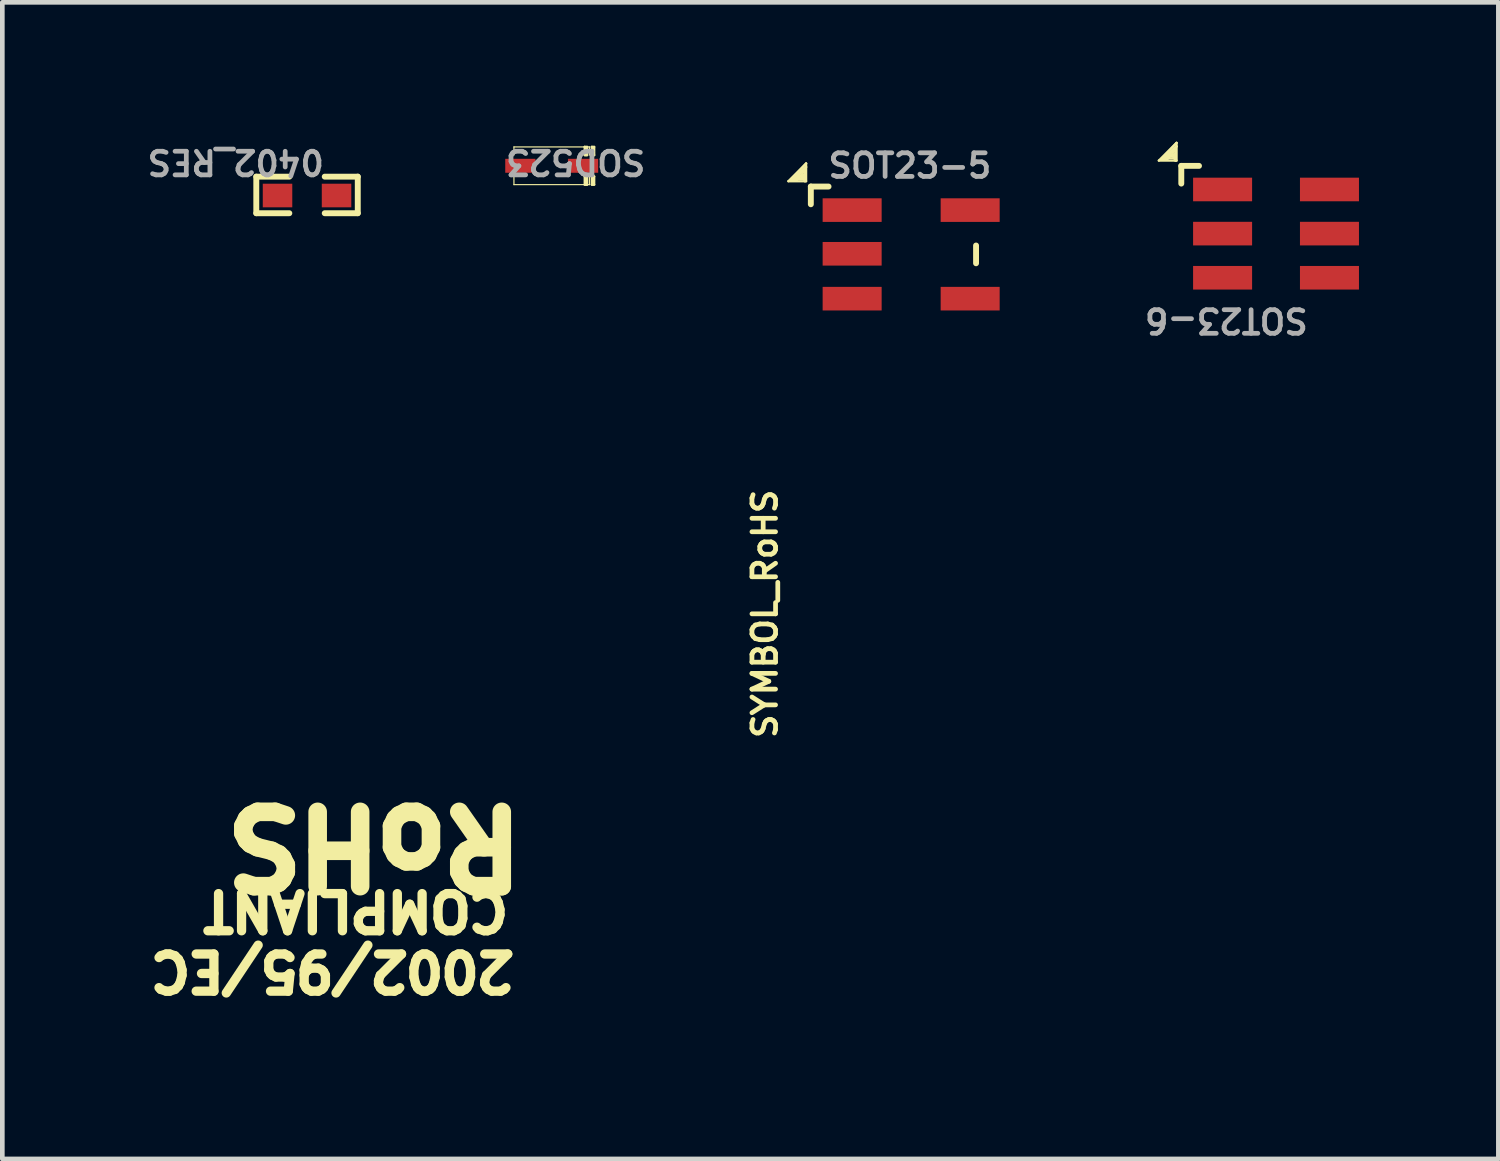
<source format=kicad_pcb>
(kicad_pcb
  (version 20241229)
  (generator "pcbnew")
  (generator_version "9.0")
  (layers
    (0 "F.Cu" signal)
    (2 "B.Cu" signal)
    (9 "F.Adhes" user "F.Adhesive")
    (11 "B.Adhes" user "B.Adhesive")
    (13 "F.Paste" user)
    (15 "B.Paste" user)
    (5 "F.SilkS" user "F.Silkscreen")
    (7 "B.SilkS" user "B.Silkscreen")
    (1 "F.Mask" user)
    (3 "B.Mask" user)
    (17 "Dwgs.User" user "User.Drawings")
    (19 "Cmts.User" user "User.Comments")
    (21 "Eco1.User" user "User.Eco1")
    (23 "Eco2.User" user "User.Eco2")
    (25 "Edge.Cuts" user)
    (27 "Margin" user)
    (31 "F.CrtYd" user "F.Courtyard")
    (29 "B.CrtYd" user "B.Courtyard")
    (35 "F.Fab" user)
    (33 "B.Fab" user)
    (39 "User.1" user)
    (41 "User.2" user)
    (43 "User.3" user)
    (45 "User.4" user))
  (footprint "SOD523"
    (layer "F.Cu")
    (at 8.824 0.518)
    (property "Reference" "SOD523" (at 2.07 -0.38 180) (unlocked yes) (layer "F.Fab") (effects (font (size 0.508 0.508) (thickness 0.102)) (justify left bottom)))
    (fp_line (start -0.813 -0.229) (end -0.813 -0.406) (stroke (width 0.025) (type solid)) (layer "F.SilkS"))
    (fp_line (start -0.813 0.406) (end -0.813 0.229) (stroke (width 0.025) (type solid)) (layer "F.SilkS"))
    (fp_line (start 0.711 -0.229) (end 0.711 -0.406) (stroke (width 0.05) (type solid)) (layer "F.SilkS"))
    (fp_line (start 0.711 0.406) (end 0.711 0.229) (stroke (width 0.05) (type solid)) (layer "F.SilkS"))
    (fp_line (start 0.737 -0.381) (end 0.711 -0.406) (stroke (width 0.05) (type solid)) (layer "F.SilkS"))
    (fp_line (start 0.737 -0.229) (end 0.737 -0.381) (stroke (width 0.05) (type solid)) (layer "F.SilkS"))
    (fp_line (start 0.737 0.254) (end 0.711 0.229) (stroke (width 0.05) (type solid)) (layer "F.SilkS"))
    (fp_line (start 0.737 0.406) (end 0.737 0.254) (stroke (width 0.05) (type solid)) (layer "F.SilkS"))
    (fp_line (start 0.762 -0.406) (end 0.711 -0.406) (stroke (width 0.05) (type solid)) (layer "F.SilkS"))
    (fp_line (start 0.762 -0.229) (end 0.711 -0.229) (stroke (width 0.05) (type solid)) (layer "F.SilkS"))
    (fp_line (start 0.762 -0.229) (end 0.762 -0.406) (stroke (width 0.05) (type solid)) (layer "F.SilkS"))
    (fp_line (start 0.762 0.229) (end 0.711 0.229) (stroke (width 0.05) (type solid)) (layer "F.SilkS"))
    (fp_line (start 0.762 0.406) (end 0.711 0.406) (stroke (width 0.05) (type solid)) (layer "F.SilkS"))
    (fp_line (start 0.762 0.406) (end 0.762 0.229) (stroke (width 0.05) (type solid)) (layer "F.SilkS"))
    (fp_line (start 0.813 -0.406) (end -0.813 -0.406) (stroke (width 0.025) (type solid)) (layer "F.SilkS"))
    (fp_line (start 0.813 -0.229) (end 0.813 -0.406) (stroke (width 0.025) (type solid)) (layer "F.SilkS"))
    (fp_line (start 0.813 0.406) (end -0.813 0.406) (stroke (width 0.025) (type solid)) (layer "F.SilkS"))
    (fp_line (start 0.813 0.406) (end 0.813 0.229) (stroke (width 0.025) (type solid)) (layer "F.SilkS"))
    (fp_line (start 0.864 -0.229) (end 0.864 -0.406) (stroke (width 0.05) (type solid)) (layer "F.SilkS"))
    (fp_line (start 0.864 0.406) (end 0.864 0.229) (stroke (width 0.05) (type solid)) (layer "F.SilkS"))
    (fp_line (start 0.889 -0.381) (end 0.864 -0.406) (stroke (width 0.05) (type solid)) (layer "F.SilkS"))
    (fp_line (start 0.889 -0.229) (end 0.889 -0.381) (stroke (width 0.05) (type solid)) (layer "F.SilkS"))
    (fp_line (start 0.889 0.254) (end 0.864 0.229) (stroke (width 0.05) (type solid)) (layer "F.SilkS"))
    (fp_line (start 0.889 0.406) (end 0.889 0.254) (stroke (width 0.05) (type solid)) (layer "F.SilkS"))
    (fp_line (start 0.914 -0.406) (end 0.864 -0.406) (stroke (width 0.05) (type solid)) (layer "F.SilkS"))
    (fp_line (start 0.914 -0.229) (end 0.864 -0.229) (stroke (width 0.05) (type solid)) (layer "F.SilkS"))
    (fp_line (start 0.914 -0.229) (end 0.914 -0.406) (stroke (width 0.05) (type solid)) (layer "F.SilkS"))
    (fp_line (start 0.914 0.229) (end 0.864 0.229) (stroke (width 0.05) (type solid)) (layer "F.SilkS"))
    (fp_line (start 0.914 0.406) (end 0.864 0.406) (stroke (width 0.05) (type solid)) (layer "F.SilkS"))
    (fp_line (start 0.914 0.406) (end 0.914 0.229) (stroke (width 0.05) (type solid)) (layer "F.SilkS"))
    (pad "A" smd rect (at -0.675 0) (size 0.65 0.3) (layers "F.Cu" "F.Mask" "F.Paste"))
    (pad "K" smd rect (at 0.675 0) (size 0.65 0.3) (layers "F.Cu" "F.Mask" "F.Paste")))
  (footprint "0402_RES"
    (layer "F.Cu")
    (at 3.558 1.158)
    (property "Reference" "0402_RES" (at 0.42 -1.02 180) (unlocked yes) (layer "F.Fab") (effects (font (size 0.508 0.508) (thickness 0.102)) (justify left bottom)))
    (fp_line (start -1.092 -0.406) (end -1.092 0.381) (stroke (width 0.127) (type solid)) (layer "F.SilkS"))
    (fp_line (start -0.381 -0.406) (end -1.092 -0.406) (stroke (width 0.127) (type solid)) (layer "F.SilkS"))
    (fp_line (start -0.381 0.381) (end -1.092 0.381) (stroke (width 0.127) (type solid)) (layer "F.SilkS"))
    (fp_line (start 1.092 -0.406) (end 0.381 -0.406) (stroke (width 0.127) (type solid)) (layer "F.SilkS"))
    (fp_line (start 1.092 -0.406) (end 1.092 0.381) (stroke (width 0.127) (type solid)) (layer "F.SilkS"))
    (fp_line (start 1.092 0.381) (end 0.381 0.381) (stroke (width 0.127) (type solid)) (layer "F.SilkS"))
    (pad "1" smd rect (at -0.635 0) (size 0.635 0.508) (layers "F.Cu" "F.Mask" "F.Paste"))
    (pad "2" smd rect (at 0.635 0) (size 0.635 0.508) (layers "F.Cu" "F.Mask" "F.Paste")))
  (footprint "SYMBOL_RoHS"
    (layer "F.Cu")
    (at 3.206 18.642)
    (property "Reference" "SYMBOL_RoHS" (at 10.503 -5.753 90) (unlocked yes) (layer "F.SilkS") (effects (font (size 0.508 0.508) (thickness 0.102)) (justify left bottom)))
    (fp_text user "COMPLIANT" (at 1.4 -2.1 180) (unlocked yes) (layer "F.SilkS") (effects (font (size 0.8 0.8) (thickness 0.2))))
    (fp_text user "2002/95/EC" (at 0.9 -0.8 180) (unlocked yes) (layer "F.SilkS") (effects (font (size 0.8 0.8) (thickness 0.2))))
    (fp_text user "RoHS" (at 1.8 -3.5 180) (unlocked yes) (layer "F.SilkS") (effects (font (size 1.6 1.6) (thickness 0.4)))))
  (footprint "SOT23-6"
    (layer "F.Cu")
    (at 23.263 1.028)
    (property "Reference" "SOT23-6" (at 1.89 2.52 180) (unlocked yes) (layer "F.Fab") (effects (font (size 0.508 0.508) (thickness 0.102)) (justify left bottom)))
    (fp_line (start -1.245 -0.648) (end -1.321 -0.648) (stroke (width 0.05) (type solid)) (layer "F.SilkS"))
    (fp_line (start -1.194 -0.648) (end -1.27 -0.673) (stroke (width 0.05) (type solid)) (layer "F.SilkS"))
    (fp_line (start -1.041 -0.699) (end -1.118 -0.724) (stroke (width 0.05) (type solid)) (layer "F.SilkS"))
    (fp_line (start -1.041 -0.673) (end -1.219 -0.673) (stroke (width 0.05) (type solid)) (layer "F.SilkS"))
    (fp_line (start -1.016 -0.851) (end -1.194 -0.648) (stroke (width 0.05) (type solid)) (layer "F.SilkS"))
    (fp_line (start -1.016 -0.851) (end -1.016 -0.622) (stroke (width 0.05) (type solid)) (layer "F.SilkS"))
    (fp_line (start -1.016 -0.775) (end -1.219 -0.673) (stroke (width 0.05) (type solid)) (layer "F.SilkS"))
    (fp_line (start -1.016 -0.775) (end -1.041 -0.699) (stroke (width 0.05) (type solid)) (layer "F.SilkS"))
    (fp_line (start -1.016 -0.724) (end -1.118 -0.724) (stroke (width 0.05) (type solid)) (layer "F.SilkS"))
    (fp_line (start -1.016 -0.622) (end -1.041 -0.673) (stroke (width 0.05) (type solid)) (layer "F.SilkS"))
    (fp_line (start -0.991 -1.003) (end -1.372 -0.622) (stroke (width 0.05) (type solid)) (layer "F.SilkS"))
    (fp_line (start -0.991 -1.003) (end -1.321 -0.648) (stroke (width 0.05) (type solid)) (layer "F.SilkS"))
    (fp_line (start -0.991 -1.003) (end -0.991 -0.622) (stroke (width 0.05) (type solid)) (layer "F.SilkS"))
    (fp_line (start -0.991 -0.927) (end -1.27 -0.673) (stroke (width 0.05) (type solid)) (layer "F.SilkS"))
    (fp_line (start -0.991 -0.927) (end -1.245 -0.648) (stroke (width 0.05) (type solid)) (layer "F.SilkS"))
    (fp_line (start -0.991 -0.622) (end -1.372 -0.622) (stroke (width 0.05) (type solid)) (layer "F.SilkS"))
    (fp_line (start -0.889 -0.508) (end -0.889 -0.127) (stroke (width 0.127) (type solid)) (layer "F.SilkS"))
    (fp_line (start -0.508 -0.508) (end -0.889 -0.508) (stroke (width 0.127) (type solid)) (layer "F.SilkS"))
    (pad "1" smd rect (at 0 0 90) (size 0.508 1.27) (layers "F.Cu" "F.Mask" "F.Paste"))
    (pad "2" smd rect (at 0 0.95 90) (size 0.508 1.27) (layers "F.Cu" "F.Mask" "F.Paste"))
    (pad "3" smd rect (at 0 1.9 90) (size 0.508 1.27) (layers "F.Cu" "F.Mask" "F.Paste"))
    (pad "4" smd rect (at 2.3 1.9 90) (size 0.508 1.27) (layers "F.Cu" "F.Mask" "F.Paste"))
    (pad "5" smd rect (at 2.3 0.95 90) (size 0.508 1.27) (layers "F.Cu" "F.Mask" "F.Paste"))
    (pad "6" smd rect (at 2.3 0 90) (size 0.508 1.27) (layers "F.Cu" "F.Mask" "F.Paste")))
  (footprint "SOT23-5"
    (layer "F.Cu")
    (at 16.56 2.425)
    (property "Reference" "SOT23-5" (at -1.837 -1.611 0) (unlocked yes) (layer "F.Fab") (effects (font (size 0.508 0.508) (thickness 0.102)) (justify left bottom)))
    (fp_line (start -2.642 -1.575) (end -2.261 -1.956) (stroke (width 0.05) (type solid)) (layer "F.SilkS"))
    (fp_line (start -2.642 -1.575) (end -2.261 -1.575) (stroke (width 0.05) (type solid)) (layer "F.SilkS"))
    (fp_line (start -2.591 -1.6) (end -2.515 -1.6) (stroke (width 0.05) (type solid)) (layer "F.SilkS"))
    (fp_line (start -2.591 -1.6) (end -2.261 -1.956) (stroke (width 0.05) (type solid)) (layer "F.SilkS"))
    (fp_line (start -2.54 -1.626) (end -2.464 -1.6) (stroke (width 0.05) (type solid)) (layer "F.SilkS"))
    (fp_line (start -2.54 -1.626) (end -2.261 -1.88) (stroke (width 0.05) (type solid)) (layer "F.SilkS"))
    (fp_line (start -2.515 -1.6) (end -2.261 -1.88) (stroke (width 0.05) (type solid)) (layer "F.SilkS"))
    (fp_line (start -2.489 -1.626) (end -2.311 -1.626) (stroke (width 0.05) (type solid)) (layer "F.SilkS"))
    (fp_line (start -2.489 -1.626) (end -2.286 -1.727) (stroke (width 0.05) (type solid)) (layer "F.SilkS"))
    (fp_line (start -2.464 -1.6) (end -2.286 -1.803) (stroke (width 0.05) (type solid)) (layer "F.SilkS"))
    (fp_line (start -2.388 -1.676) (end -2.311 -1.651) (stroke (width 0.05) (type solid)) (layer "F.SilkS"))
    (fp_line (start -2.388 -1.676) (end -2.286 -1.676) (stroke (width 0.05) (type solid)) (layer "F.SilkS"))
    (fp_line (start -2.311 -1.651) (end -2.286 -1.727) (stroke (width 0.05) (type solid)) (layer "F.SilkS"))
    (fp_line (start -2.311 -1.626) (end -2.286 -1.575) (stroke (width 0.05) (type solid)) (layer "F.SilkS"))
    (fp_line (start -2.286 -1.575) (end -2.286 -1.803) (stroke (width 0.05) (type solid)) (layer "F.SilkS"))
    (fp_line (start -2.261 -1.575) (end -2.261 -1.956) (stroke (width 0.05) (type solid)) (layer "F.SilkS"))
    (fp_line (start -2.159 -1.46) (end -1.778 -1.46) (stroke (width 0.127) (type solid)) (layer "F.SilkS"))
    (fp_line (start -2.159 -1.079) (end -2.159 -1.46) (stroke (width 0.127) (type solid)) (layer "F.SilkS"))
    (fp_line (start 1.397 0.191) (end 1.397 -0.191) (stroke (width 0.127) (type solid)) (layer "F.SilkS"))
    (pad "1" smd rect (at -1.27 -0.953 90) (size 0.508 1.27) (layers "F.Cu" "F.Mask" "F.Paste"))
    (pad "2" smd rect (at -1.27 -0.013 90) (size 0.508 1.27) (layers "F.Cu" "F.Mask" "F.Paste"))
    (pad "3" smd rect (at -1.27 0.953 90) (size 0.508 1.27) (layers "F.Cu" "F.Mask" "F.Paste"))
    (pad "4" smd rect (at 1.27 0.953 90) (size 0.508 1.27) (layers "F.Cu" "F.Mask" "F.Paste"))
    (pad "5" smd rect (at 1.27 -0.953 90) (size 0.508 1.27) (layers "F.Cu" "F.Mask" "F.Paste")))
  (gr_rect
    (start -3 -3)
    (end 29.198 21.892)
    (stroke (width 0.1) (type default))
    (fill no)
    (layer "Edge.Cuts")))
</source>
